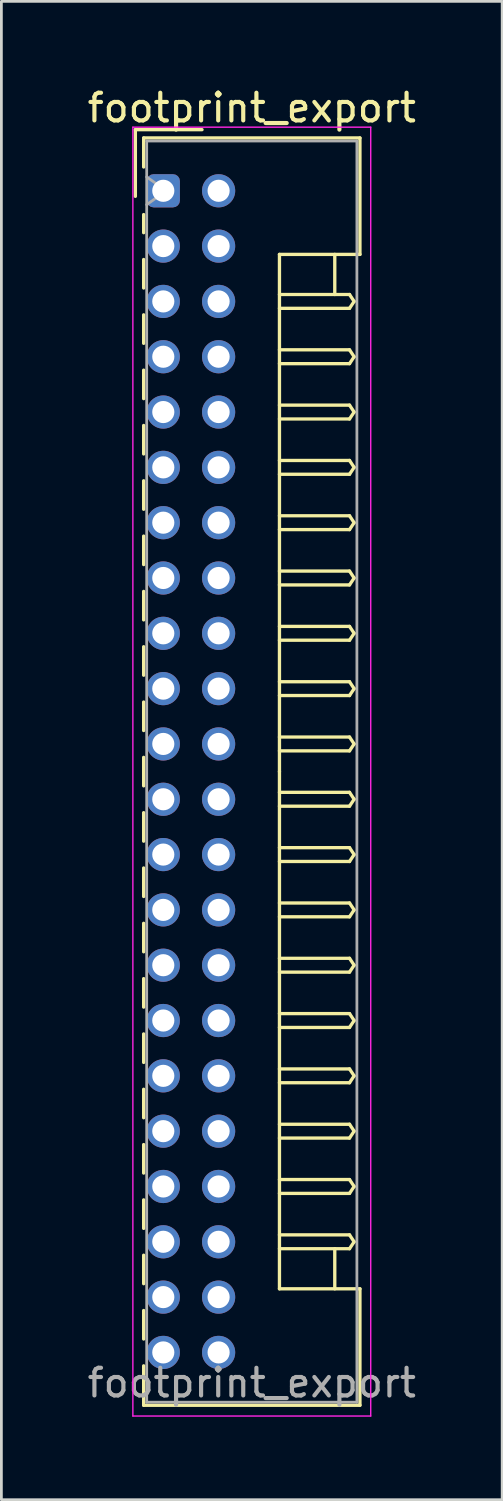
<source format=kicad_pcb>
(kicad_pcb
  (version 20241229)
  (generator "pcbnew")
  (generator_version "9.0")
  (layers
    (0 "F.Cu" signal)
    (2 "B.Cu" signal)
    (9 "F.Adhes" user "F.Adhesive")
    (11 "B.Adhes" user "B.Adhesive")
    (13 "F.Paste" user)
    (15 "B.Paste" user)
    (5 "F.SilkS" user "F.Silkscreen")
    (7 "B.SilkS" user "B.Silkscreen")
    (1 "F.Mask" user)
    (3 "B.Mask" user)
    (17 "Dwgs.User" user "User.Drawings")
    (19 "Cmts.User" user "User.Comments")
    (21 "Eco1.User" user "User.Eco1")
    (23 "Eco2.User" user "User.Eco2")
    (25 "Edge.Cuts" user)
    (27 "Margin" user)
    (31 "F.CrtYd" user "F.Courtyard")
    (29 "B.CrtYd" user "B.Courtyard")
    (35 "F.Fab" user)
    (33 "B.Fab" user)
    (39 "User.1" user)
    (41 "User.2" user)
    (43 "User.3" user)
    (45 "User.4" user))
  (footprint "footprint_export"
    (layer "F.Cu")
    (at 2.854 3.848)
    (property "Reference" "footprint_export" (at 3.2 -3 0) (layer "F.SilkS") (effects (font (size 1 1) (thickness 0.15))))
    (attr through_hole)
    (fp_line (start -1.01 -2.21) (end -1.01 0.2) (stroke (width 0.12) (type solid)) (layer "F.SilkS"))
    (fp_line (start -0.71 -1.91) (end -0.71 -0.86) (stroke (width 0.12) (type solid)) (layer "F.SilkS"))
    (fp_line (start -0.71 -1.91) (end 7.11 -1.91) (stroke (width 0.12) (type solid)) (layer "F.SilkS"))
    (fp_line (start -0.71 0.86) (end -0.71 1.515) (stroke (width 0.12) (type solid)) (layer "F.SilkS"))
    (fp_line (start -0.71 2.485) (end -0.71 3.515) (stroke (width 0.12) (type solid)) (layer "F.SilkS"))
    (fp_line (start -0.71 4.485) (end -0.71 5.515) (stroke (width 0.12) (type solid)) (layer "F.SilkS"))
    (fp_line (start -0.71 6.485) (end -0.71 7.515) (stroke (width 0.12) (type solid)) (layer "F.SilkS"))
    (fp_line (start -0.71 8.485) (end -0.71 9.515) (stroke (width 0.12) (type solid)) (layer "F.SilkS"))
    (fp_line (start -0.71 10.485) (end -0.71 11.515) (stroke (width 0.12) (type solid)) (layer "F.SilkS"))
    (fp_line (start -0.71 12.485) (end -0.71 13.515) (stroke (width 0.12) (type solid)) (layer "F.SilkS"))
    (fp_line (start -0.71 14.485) (end -0.71 15.515) (stroke (width 0.12) (type solid)) (layer "F.SilkS"))
    (fp_line (start -0.71 16.485) (end -0.71 17.515) (stroke (width 0.12) (type solid)) (layer "F.SilkS"))
    (fp_line (start -0.71 18.485) (end -0.71 19.515) (stroke (width 0.12) (type solid)) (layer "F.SilkS"))
    (fp_line (start -0.71 20.485) (end -0.71 21.515) (stroke (width 0.12) (type solid)) (layer "F.SilkS"))
    (fp_line (start -0.71 22.485) (end -0.71 23.515) (stroke (width 0.12) (type solid)) (layer "F.SilkS"))
    (fp_line (start -0.71 24.485) (end -0.71 25.515) (stroke (width 0.12) (type solid)) (layer "F.SilkS"))
    (fp_line (start -0.71 26.485) (end -0.71 27.515) (stroke (width 0.12) (type solid)) (layer "F.SilkS"))
    (fp_line (start -0.71 28.485) (end -0.71 29.515) (stroke (width 0.12) (type solid)) (layer "F.SilkS"))
    (fp_line (start -0.71 30.485) (end -0.71 31.515) (stroke (width 0.12) (type solid)) (layer "F.SilkS"))
    (fp_line (start -0.71 32.485) (end -0.71 33.515) (stroke (width 0.12) (type solid)) (layer "F.SilkS"))
    (fp_line (start -0.71 34.485) (end -0.71 35.515) (stroke (width 0.12) (type solid)) (layer "F.SilkS"))
    (fp_line (start -0.71 36.485) (end -0.71 37.515) (stroke (width 0.12) (type solid)) (layer "F.SilkS"))
    (fp_line (start -0.71 38.485) (end -0.71 39.515) (stroke (width 0.12) (type solid)) (layer "F.SilkS"))
    (fp_line (start -0.71 40.485) (end -0.71 41.515) (stroke (width 0.12) (type solid)) (layer "F.SilkS"))
    (fp_line (start -0.71 42.485) (end -0.71 43.91) (stroke (width 0.12) (type solid)) (layer "F.SilkS"))
    (fp_line (start -0.71 43.91) (end 7.11 43.91) (stroke (width 0.12) (type solid)) (layer "F.SilkS"))
    (fp_line (start 1.4 -2.21) (end -1.01 -2.21) (stroke (width 0.12) (type solid)) (layer "F.SilkS"))
    (fp_line (start 4.2 2.3) (end 4.2 21) (stroke (width 0.12) (type solid)) (layer "F.SilkS"))
    (fp_line (start 4.2 3.75) (end 6.733 3.75) (stroke (width 0.12) (type solid)) (layer "F.SilkS"))
    (fp_line (start 4.2 5.75) (end 6.733 5.75) (stroke (width 0.12) (type solid)) (layer "F.SilkS"))
    (fp_line (start 4.2 7.75) (end 6.733 7.75) (stroke (width 0.12) (type solid)) (layer "F.SilkS"))
    (fp_line (start 4.2 9.75) (end 6.733 9.75) (stroke (width 0.12) (type solid)) (layer "F.SilkS"))
    (fp_line (start 4.2 11.75) (end 6.733 11.75) (stroke (width 0.12) (type solid)) (layer "F.SilkS"))
    (fp_line (start 4.2 13.75) (end 6.733 13.75) (stroke (width 0.12) (type solid)) (layer "F.SilkS"))
    (fp_line (start 4.2 15.75) (end 6.733 15.75) (stroke (width 0.12) (type solid)) (layer "F.SilkS"))
    (fp_line (start 4.2 17.75) (end 6.733 17.75) (stroke (width 0.12) (type solid)) (layer "F.SilkS"))
    (fp_line (start 4.2 19.75) (end 6.733 19.75) (stroke (width 0.12) (type solid)) (layer "F.SilkS"))
    (fp_line (start 4.2 21.75) (end 6.733 21.75) (stroke (width 0.12) (type solid)) (layer "F.SilkS"))
    (fp_line (start 4.2 23.75) (end 6.733 23.75) (stroke (width 0.12) (type solid)) (layer "F.SilkS"))
    (fp_line (start 4.2 25.75) (end 6.733 25.75) (stroke (width 0.12) (type solid)) (layer "F.SilkS"))
    (fp_line (start 4.2 27.75) (end 6.733 27.75) (stroke (width 0.12) (type solid)) (layer "F.SilkS"))
    (fp_line (start 4.2 29.75) (end 6.733 29.75) (stroke (width 0.12) (type solid)) (layer "F.SilkS"))
    (fp_line (start 4.2 31.75) (end 6.733 31.75) (stroke (width 0.12) (type solid)) (layer "F.SilkS"))
    (fp_line (start 4.2 33.75) (end 6.733 33.75) (stroke (width 0.12) (type solid)) (layer "F.SilkS"))
    (fp_line (start 4.2 35.75) (end 6.733 35.75) (stroke (width 0.12) (type solid)) (layer "F.SilkS"))
    (fp_line (start 4.2 37.75) (end 6.733 37.75) (stroke (width 0.12) (type solid)) (layer "F.SilkS"))
    (fp_line (start 4.2 39.7) (end 4.2 21) (stroke (width 0.12) (type solid)) (layer "F.SilkS"))
    (fp_line (start 6.2 2.3) (end 6.2 3.75) (stroke (width 0.12) (type solid)) (layer "F.SilkS"))
    (fp_line (start 6.2 39.7) (end 6.2 38.25) (stroke (width 0.12) (type solid)) (layer "F.SilkS"))
    (fp_line (start 6.733 3.75) (end 6.9 4) (stroke (width 0.12) (type solid)) (layer "F.SilkS"))
    (fp_line (start 6.733 4.25) (end 4.2 4.25) (stroke (width 0.12) (type solid)) (layer "F.SilkS"))
    (fp_line (start 6.733 5.75) (end 6.9 6) (stroke (width 0.12) (type solid)) (layer "F.SilkS"))
    (fp_line (start 6.733 6.25) (end 4.2 6.25) (stroke (width 0.12) (type solid)) (layer "F.SilkS"))
    (fp_line (start 6.733 7.75) (end 6.9 8) (stroke (width 0.12) (type solid)) (layer "F.SilkS"))
    (fp_line (start 6.733 8.25) (end 4.2 8.25) (stroke (width 0.12) (type solid)) (layer "F.SilkS"))
    (fp_line (start 6.733 9.75) (end 6.9 10) (stroke (width 0.12) (type solid)) (layer "F.SilkS"))
    (fp_line (start 6.733 10.25) (end 4.2 10.25) (stroke (width 0.12) (type solid)) (layer "F.SilkS"))
    (fp_line (start 6.733 11.75) (end 6.9 12) (stroke (width 0.12) (type solid)) (layer "F.SilkS"))
    (fp_line (start 6.733 12.25) (end 4.2 12.25) (stroke (width 0.12) (type solid)) (layer "F.SilkS"))
    (fp_line (start 6.733 13.75) (end 6.9 14) (stroke (width 0.12) (type solid)) (layer "F.SilkS"))
    (fp_line (start 6.733 14.25) (end 4.2 14.25) (stroke (width 0.12) (type solid)) (layer "F.SilkS"))
    (fp_line (start 6.733 15.75) (end 6.9 16) (stroke (width 0.12) (type solid)) (layer "F.SilkS"))
    (fp_line (start 6.733 16.25) (end 4.2 16.25) (stroke (width 0.12) (type solid)) (layer "F.SilkS"))
    (fp_line (start 6.733 17.75) (end 6.9 18) (stroke (width 0.12) (type solid)) (layer "F.SilkS"))
    (fp_line (start 6.733 18.25) (end 4.2 18.25) (stroke (width 0.12) (type solid)) (layer "F.SilkS"))
    (fp_line (start 6.733 19.75) (end 6.9 20) (stroke (width 0.12) (type solid)) (layer "F.SilkS"))
    (fp_line (start 6.733 20.25) (end 4.2 20.25) (stroke (width 0.12) (type solid)) (layer "F.SilkS"))
    (fp_line (start 6.733 21.75) (end 6.9 22) (stroke (width 0.12) (type solid)) (layer "F.SilkS"))
    (fp_line (start 6.733 22.25) (end 4.2 22.25) (stroke (width 0.12) (type solid)) (layer "F.SilkS"))
    (fp_line (start 6.733 23.75) (end 6.9 24) (stroke (width 0.12) (type solid)) (layer "F.SilkS"))
    (fp_line (start 6.733 24.25) (end 4.2 24.25) (stroke (width 0.12) (type solid)) (layer "F.SilkS"))
    (fp_line (start 6.733 25.75) (end 6.9 26) (stroke (width 0.12) (type solid)) (layer "F.SilkS"))
    (fp_line (start 6.733 26.25) (end 4.2 26.25) (stroke (width 0.12) (type solid)) (layer "F.SilkS"))
    (fp_line (start 6.733 27.75) (end 6.9 28) (stroke (width 0.12) (type solid)) (layer "F.SilkS"))
    (fp_line (start 6.733 28.25) (end 4.2 28.25) (stroke (width 0.12) (type solid)) (layer "F.SilkS"))
    (fp_line (start 6.733 29.75) (end 6.9 30) (stroke (width 0.12) (type solid)) (layer "F.SilkS"))
    (fp_line (start 6.733 30.25) (end 4.2 30.25) (stroke (width 0.12) (type solid)) (layer "F.SilkS"))
    (fp_line (start 6.733 31.75) (end 6.9 32) (stroke (width 0.12) (type solid)) (layer "F.SilkS"))
    (fp_line (start 6.733 32.25) (end 4.2 32.25) (stroke (width 0.12) (type solid)) (layer "F.SilkS"))
    (fp_line (start 6.733 33.75) (end 6.9 34) (stroke (width 0.12) (type solid)) (layer "F.SilkS"))
    (fp_line (start 6.733 34.25) (end 4.2 34.25) (stroke (width 0.12) (type solid)) (layer "F.SilkS"))
    (fp_line (start 6.733 35.75) (end 6.9 36) (stroke (width 0.12) (type solid)) (layer "F.SilkS"))
    (fp_line (start 6.733 36.25) (end 4.2 36.25) (stroke (width 0.12) (type solid)) (layer "F.SilkS"))
    (fp_line (start 6.733 37.75) (end 6.9 38) (stroke (width 0.12) (type solid)) (layer "F.SilkS"))
    (fp_line (start 6.733 38.25) (end 4.2 38.25) (stroke (width 0.12) (type solid)) (layer "F.SilkS"))
    (fp_line (start 6.9 4) (end 6.733 4.25) (stroke (width 0.12) (type solid)) (layer "F.SilkS"))
    (fp_line (start 6.9 6) (end 6.733 6.25) (stroke (width 0.12) (type solid)) (layer "F.SilkS"))
    (fp_line (start 6.9 8) (end 6.733 8.25) (stroke (width 0.12) (type solid)) (layer "F.SilkS"))
    (fp_line (start 6.9 10) (end 6.733 10.25) (stroke (width 0.12) (type solid)) (layer "F.SilkS"))
    (fp_line (start 6.9 12) (end 6.733 12.25) (stroke (width 0.12) (type solid)) (layer "F.SilkS"))
    (fp_line (start 6.9 14) (end 6.733 14.25) (stroke (width 0.12) (type solid)) (layer "F.SilkS"))
    (fp_line (start 6.9 16) (end 6.733 16.25) (stroke (width 0.12) (type solid)) (layer "F.SilkS"))
    (fp_line (start 6.9 18) (end 6.733 18.25) (stroke (width 0.12) (type solid)) (layer "F.SilkS"))
    (fp_line (start 6.9 20) (end 6.733 20.25) (stroke (width 0.12) (type solid)) (layer "F.SilkS"))
    (fp_line (start 6.9 22) (end 6.733 22.25) (stroke (width 0.12) (type solid)) (layer "F.SilkS"))
    (fp_line (start 6.9 24) (end 6.733 24.25) (stroke (width 0.12) (type solid)) (layer "F.SilkS"))
    (fp_line (start 6.9 26) (end 6.733 26.25) (stroke (width 0.12) (type solid)) (layer "F.SilkS"))
    (fp_line (start 6.9 28) (end 6.733 28.25) (stroke (width 0.12) (type solid)) (layer "F.SilkS"))
    (fp_line (start 6.9 30) (end 6.733 30.25) (stroke (width 0.12) (type solid)) (layer "F.SilkS"))
    (fp_line (start 6.9 32) (end 6.733 32.25) (stroke (width 0.12) (type solid)) (layer "F.SilkS"))
    (fp_line (start 6.9 34) (end 6.733 34.25) (stroke (width 0.12) (type solid)) (layer "F.SilkS"))
    (fp_line (start 6.9 36) (end 6.733 36.25) (stroke (width 0.12) (type solid)) (layer "F.SilkS"))
    (fp_line (start 6.9 38) (end 6.733 38.25) (stroke (width 0.12) (type solid)) (layer "F.SilkS"))
    (fp_line (start 7.11 -1.91) (end 7.11 2.3) (stroke (width 0.12) (type solid)) (layer "F.SilkS"))
    (fp_line (start 7.11 2.3) (end 4.2 2.3) (stroke (width 0.12) (type solid)) (layer "F.SilkS"))
    (fp_line (start 7.11 39.7) (end 4.2 39.7) (stroke (width 0.12) (type solid)) (layer "F.SilkS"))
    (fp_line (start 7.11 43.91) (end 7.11 39.7) (stroke (width 0.12) (type solid)) (layer "F.SilkS"))
    (fp_line (start -1.1 -2.3) (end -1.1 44.3) (stroke (width 0.05) (type solid)) (layer "F.CrtYd"))
    (fp_line (start -1.1 44.3) (end 7.5 44.3) (stroke (width 0.05) (type solid)) (layer "F.CrtYd"))
    (fp_line (start 7.5 -2.3) (end -1.1 -2.3) (stroke (width 0.05) (type solid)) (layer "F.CrtYd"))
    (fp_line (start 7.5 44.3) (end 7.5 -2.3) (stroke (width 0.05) (type solid)) (layer "F.CrtYd"))
    (fp_line (start -0.6 -1.8) (end -0.6 43.8) (stroke (width 0.1) (type solid)) (layer "F.Fab"))
    (fp_line (start -0.6 0.5) (end 0.107 0) (stroke (width 0.1) (type solid)) (layer "F.Fab"))
    (fp_line (start -0.6 43.8) (end 7 43.8) (stroke (width 0.1) (type solid)) (layer "F.Fab"))
    (fp_line (start 0.107 0) (end -0.6 -0.5) (stroke (width 0.1) (type solid)) (layer "F.Fab"))
    (fp_line (start 7 -1.8) (end -0.6 -1.8) (stroke (width 0.1) (type solid)) (layer "F.Fab"))
    (fp_line (start 7 43.8) (end 7 -1.8) (stroke (width 0.1) (type solid)) (layer "F.Fab"))
    (fp_text user "${REFERENCE}" (at 3.2 43.1 0) (layer "F.Fab") (effects (font (size 1 1) (thickness 0.15))))
    (pad "a1" thru_hole roundrect (at 0 0) (size 1.2 1.2) (drill 0.8) (layers "*.Cu" "*.Mask") (roundrect_rratio 0.208))
    (pad "a2" thru_hole circle (at 0 2) (size 1.2 1.2) (drill 0.8) (layers "*.Cu" "*.Mask"))
    (pad "a3" thru_hole circle (at 0 4) (size 1.2 1.2) (drill 0.8) (layers "*.Cu" "*.Mask"))
    (pad "a4" thru_hole circle (at 0 6) (size 1.2 1.2) (drill 0.8) (layers "*.Cu" "*.Mask"))
    (pad "a5" thru_hole circle (at 0 8) (size 1.2 1.2) (drill 0.8) (layers "*.Cu" "*.Mask"))
    (pad "a6" thru_hole circle (at 0 10) (size 1.2 1.2) (drill 0.8) (layers "*.Cu" "*.Mask"))
    (pad "a7" thru_hole circle (at 0 12) (size 1.2 1.2) (drill 0.8) (layers "*.Cu" "*.Mask"))
    (pad "a8" thru_hole circle (at 0 14) (size 1.2 1.2) (drill 0.8) (layers "*.Cu" "*.Mask"))
    (pad "a9" thru_hole circle (at 0 16) (size 1.2 1.2) (drill 0.8) (layers "*.Cu" "*.Mask"))
    (pad "a10" thru_hole circle (at 0 18) (size 1.2 1.2) (drill 0.8) (layers "*.Cu" "*.Mask"))
    (pad "a11" thru_hole circle (at 0 20) (size 1.2 1.2) (drill 0.8) (layers "*.Cu" "*.Mask"))
    (pad "a12" thru_hole circle (at 0 22) (size 1.2 1.2) (drill 0.8) (layers "*.Cu" "*.Mask"))
    (pad "a13" thru_hole circle (at 0 24) (size 1.2 1.2) (drill 0.8) (layers "*.Cu" "*.Mask"))
    (pad "a14" thru_hole circle (at 0 26) (size 1.2 1.2) (drill 0.8) (layers "*.Cu" "*.Mask"))
    (pad "a15" thru_hole circle (at 0 28) (size 1.2 1.2) (drill 0.8) (layers "*.Cu" "*.Mask"))
    (pad "a16" thru_hole circle (at 0 30) (size 1.2 1.2) (drill 0.8) (layers "*.Cu" "*.Mask"))
    (pad "a17" thru_hole circle (at 0 32) (size 1.2 1.2) (drill 0.8) (layers "*.Cu" "*.Mask"))
    (pad "a18" thru_hole circle (at 0 34) (size 1.2 1.2) (drill 0.8) (layers "*.Cu" "*.Mask"))
    (pad "a19" thru_hole circle (at 0 36) (size 1.2 1.2) (drill 0.8) (layers "*.Cu" "*.Mask"))
    (pad "a20" thru_hole circle (at 0 38) (size 1.2 1.2) (drill 0.8) (layers "*.Cu" "*.Mask"))
    (pad "a21" thru_hole circle (at 0 40) (size 1.2 1.2) (drill 0.8) (layers "*.Cu" "*.Mask"))
    (pad "a22" thru_hole circle (at 0 42) (size 1.2 1.2) (drill 0.8) (layers "*.Cu" "*.Mask"))
    (pad "b1" thru_hole circle (at 2 0) (size 1.2 1.2) (drill 0.8) (layers "*.Cu" "*.Mask"))
    (pad "b2" thru_hole circle (at 2 2) (size 1.2 1.2) (drill 0.8) (layers "*.Cu" "*.Mask"))
    (pad "b3" thru_hole circle (at 2 4) (size 1.2 1.2) (drill 0.8) (layers "*.Cu" "*.Mask"))
    (pad "b4" thru_hole circle (at 2 6) (size 1.2 1.2) (drill 0.8) (layers "*.Cu" "*.Mask"))
    (pad "b5" thru_hole circle (at 2 8) (size 1.2 1.2) (drill 0.8) (layers "*.Cu" "*.Mask"))
    (pad "b6" thru_hole circle (at 2 10) (size 1.2 1.2) (drill 0.8) (layers "*.Cu" "*.Mask"))
    (pad "b7" thru_hole circle (at 2 12) (size 1.2 1.2) (drill 0.8) (layers "*.Cu" "*.Mask"))
    (pad "b8" thru_hole circle (at 2 14) (size 1.2 1.2) (drill 0.8) (layers "*.Cu" "*.Mask"))
    (pad "b9" thru_hole circle (at 2 16) (size 1.2 1.2) (drill 0.8) (layers "*.Cu" "*.Mask"))
    (pad "b10" thru_hole circle (at 2 18) (size 1.2 1.2) (drill 0.8) (layers "*.Cu" "*.Mask"))
    (pad "b11" thru_hole circle (at 2 20) (size 1.2 1.2) (drill 0.8) (layers "*.Cu" "*.Mask"))
    (pad "b12" thru_hole circle (at 2 22) (size 1.2 1.2) (drill 0.8) (layers "*.Cu" "*.Mask"))
    (pad "b13" thru_hole circle (at 2 24) (size 1.2 1.2) (drill 0.8) (layers "*.Cu" "*.Mask"))
    (pad "b14" thru_hole circle (at 2 26) (size 1.2 1.2) (drill 0.8) (layers "*.Cu" "*.Mask"))
    (pad "b15" thru_hole circle (at 2 28) (size 1.2 1.2) (drill 0.8) (layers "*.Cu" "*.Mask"))
    (pad "b16" thru_hole circle (at 2 30) (size 1.2 1.2) (drill 0.8) (layers "*.Cu" "*.Mask"))
    (pad "b17" thru_hole circle (at 2 32) (size 1.2 1.2) (drill 0.8) (layers "*.Cu" "*.Mask"))
    (pad "b18" thru_hole circle (at 2 34) (size 1.2 1.2) (drill 0.8) (layers "*.Cu" "*.Mask"))
    (pad "b19" thru_hole circle (at 2 36) (size 1.2 1.2) (drill 0.8) (layers "*.Cu" "*.Mask"))
    (pad "b20" thru_hole circle (at 2 38) (size 1.2 1.2) (drill 0.8) (layers "*.Cu" "*.Mask"))
    (pad "b21" thru_hole circle (at 2 40) (size 1.2 1.2) (drill 0.8) (layers "*.Cu" "*.Mask"))
    (pad "b22" thru_hole circle (at 2 42) (size 1.2 1.2) (drill 0.8) (layers "*.Cu" "*.Mask")))
  (gr_rect
    (start -3 -3)
    (end 15.107 51.173)
    (stroke (width 0.1) (type default))
    (fill no)
    (layer "Edge.Cuts")))
</source>
